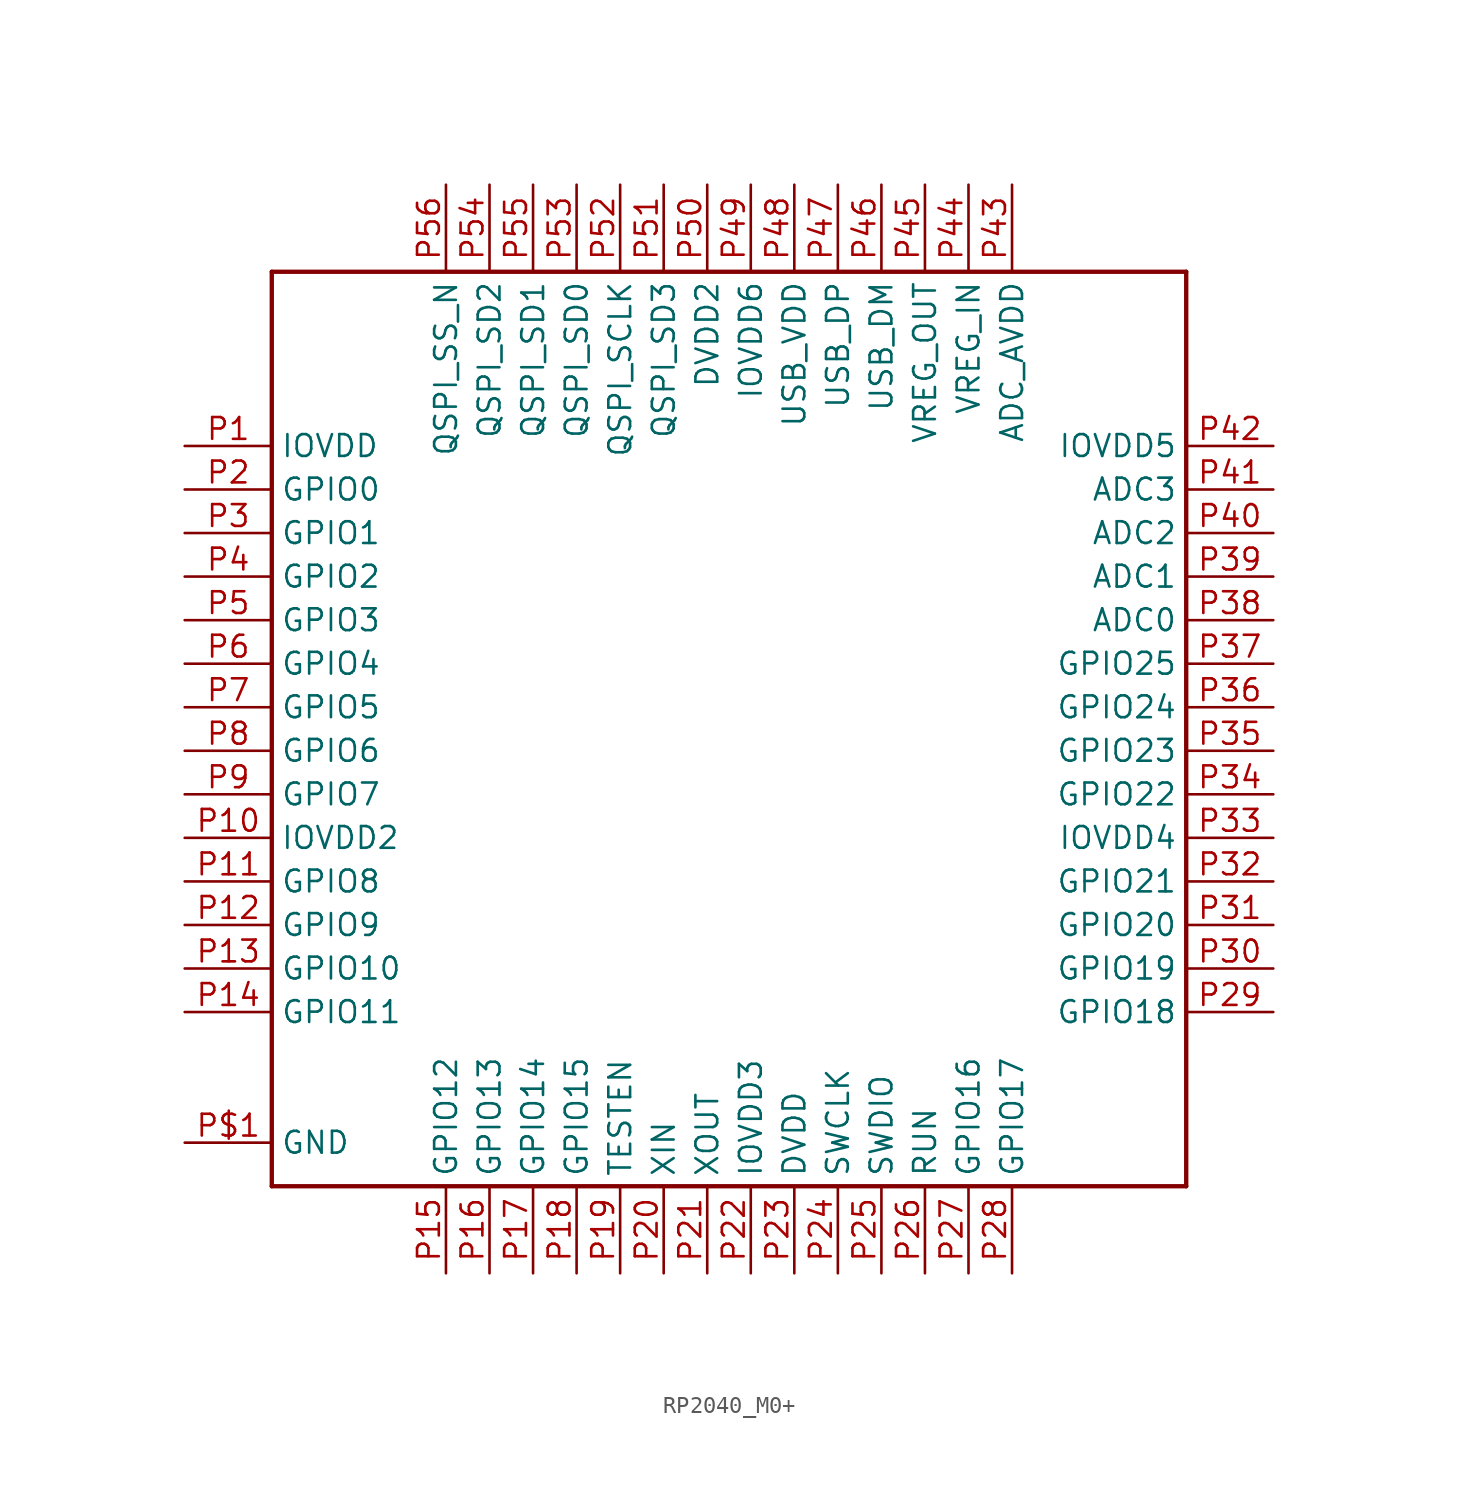
<source format=kicad_sym>
(kicad_symbol_lib
  (version 20231120)
  (generator "kicad_symbol_editor")
  (generator_version "8.0")
  (symbol "RP2040_M0+"
    (property "Reference" ""
      (at -27.94 25.654 0)
      (effects (font (size 1.778 1.511)) (justify left bottom) (hide yes)))
    (property "Value" ""
      (at -27.94 -30.48 0)
      (effects (font (size 1.778 1.511)) (justify left bottom)))
    (property "ki_locked" ""
      (at 0 0 0)
      (effects (font (size 1.27 1.27))))
    (symbol "RP2040_M0+_1_0"
      (polyline (pts (xy -27.94 -27.94) (xy -27.94 25.4)) (stroke (width 0.254) (type solid)) (fill (type none)))
      (polyline (pts (xy -27.94 25.4) (xy 25.4 25.4)) (stroke (width 0.254) (type solid)) (fill (type none)))
      (polyline (pts (xy 25.4 -27.94) (xy -27.94 -27.94)) (stroke (width 0.254) (type solid)) (fill (type none)))
      (polyline (pts (xy 25.4 25.4) (xy 25.4 -27.94)) (stroke (width 0.254) (type solid)) (fill (type none)))
      (pin bidirectional line (at -33.02 -25.4 0) (length 5.08) (name "GND" (effects (font (size 1.27 1.27)))) (number "P$1" (effects (font (size 1.27 1.27)))))
      (pin bidirectional line (at -33.02 15.24 0) (length 5.08) (name "IOVDD" (effects (font (size 1.27 1.27)))) (number "P1" (effects (font (size 1.27 1.27)))))
      (pin bidirectional line (at -33.02 -7.62 0) (length 5.08) (name "IOVDD2" (effects (font (size 1.27 1.27)))) (number "P10" (effects (font (size 1.27 1.27)))))
      (pin bidirectional line (at -33.02 -10.16 0) (length 5.08) (name "GPIO8" (effects (font (size 1.27 1.27)))) (number "P11" (effects (font (size 1.27 1.27)))))
      (pin bidirectional line (at -33.02 -12.7 0) (length 5.08) (name "GPIO9" (effects (font (size 1.27 1.27)))) (number "P12" (effects (font (size 1.27 1.27)))))
      (pin bidirectional line (at -33.02 -15.24 0) (length 5.08) (name "GPIO10" (effects (font (size 1.27 1.27)))) (number "P13" (effects (font (size 1.27 1.27)))))
      (pin bidirectional line (at -33.02 -17.78 0) (length 5.08) (name "GPIO11" (effects (font (size 1.27 1.27)))) (number "P14" (effects (font (size 1.27 1.27)))))
      (pin bidirectional line (at -17.78 -33.02 90) (length 5.08) (name "GPIO12" (effects (font (size 1.27 1.27)))) (number "P15" (effects (font (size 1.27 1.27)))))
      (pin bidirectional line (at -15.24 -33.02 90) (length 5.08) (name "GPIO13" (effects (font (size 1.27 1.27)))) (number "P16" (effects (font (size 1.27 1.27)))))
      (pin bidirectional line (at -12.7 -33.02 90) (length 5.08) (name "GPIO14" (effects (font (size 1.27 1.27)))) (number "P17" (effects (font (size 1.27 1.27)))))
      (pin bidirectional line (at -10.16 -33.02 90) (length 5.08) (name "GPIO15" (effects (font (size 1.27 1.27)))) (number "P18" (effects (font (size 1.27 1.27)))))
      (pin bidirectional line (at -7.62 -33.02 90) (length 5.08) (name "TESTEN" (effects (font (size 1.27 1.27)))) (number "P19" (effects (font (size 1.27 1.27)))))
      (pin bidirectional line (at -33.02 12.7 0) (length 5.08) (name "GPIO0" (effects (font (size 1.27 1.27)))) (number "P2" (effects (font (size 1.27 1.27)))))
      (pin bidirectional line (at -5.08 -33.02 90) (length 5.08) (name "XIN" (effects (font (size 1.27 1.27)))) (number "P20" (effects (font (size 1.27 1.27)))))
      (pin bidirectional line (at -2.54 -33.02 90) (length 5.08) (name "XOUT" (effects (font (size 1.27 1.27)))) (number "P21" (effects (font (size 1.27 1.27)))))
      (pin bidirectional line (at 0 -33.02 90) (length 5.08) (name "IOVDD3" (effects (font (size 1.27 1.27)))) (number "P22" (effects (font (size 1.27 1.27)))))
      (pin bidirectional line (at 2.54 -33.02 90) (length 5.08) (name "DVDD" (effects (font (size 1.27 1.27)))) (number "P23" (effects (font (size 1.27 1.27)))))
      (pin bidirectional line (at 5.08 -33.02 90) (length 5.08) (name "SWCLK" (effects (font (size 1.27 1.27)))) (number "P24" (effects (font (size 1.27 1.27)))))
      (pin bidirectional line (at 7.62 -33.02 90) (length 5.08) (name "SWDIO" (effects (font (size 1.27 1.27)))) (number "P25" (effects (font (size 1.27 1.27)))))
      (pin bidirectional line (at 10.16 -33.02 90) (length 5.08) (name "RUN" (effects (font (size 1.27 1.27)))) (number "P26" (effects (font (size 1.27 1.27)))))
      (pin bidirectional line (at 12.7 -33.02 90) (length 5.08) (name "GPIO16" (effects (font (size 1.27 1.27)))) (number "P27" (effects (font (size 1.27 1.27)))))
      (pin bidirectional line (at 15.24 -33.02 90) (length 5.08) (name "GPIO17" (effects (font (size 1.27 1.27)))) (number "P28" (effects (font (size 1.27 1.27)))))
      (pin bidirectional line (at 30.48 -17.78 180) (length 5.08) (name "GPIO18" (effects (font (size 1.27 1.27)))) (number "P29" (effects (font (size 1.27 1.27)))))
      (pin bidirectional line (at -33.02 10.16 0) (length 5.08) (name "GPIO1" (effects (font (size 1.27 1.27)))) (number "P3" (effects (font (size 1.27 1.27)))))
      (pin bidirectional line (at 30.48 -15.24 180) (length 5.08) (name "GPIO19" (effects (font (size 1.27 1.27)))) (number "P30" (effects (font (size 1.27 1.27)))))
      (pin bidirectional line (at 30.48 -12.7 180) (length 5.08) (name "GPIO20" (effects (font (size 1.27 1.27)))) (number "P31" (effects (font (size 1.27 1.27)))))
      (pin bidirectional line (at 30.48 -10.16 180) (length 5.08) (name "GPIO21" (effects (font (size 1.27 1.27)))) (number "P32" (effects (font (size 1.27 1.27)))))
      (pin bidirectional line (at 30.48 -7.62 180) (length 5.08) (name "IOVDD4" (effects (font (size 1.27 1.27)))) (number "P33" (effects (font (size 1.27 1.27)))))
      (pin bidirectional line (at 30.48 -5.08 180) (length 5.08) (name "GPIO22" (effects (font (size 1.27 1.27)))) (number "P34" (effects (font (size 1.27 1.27)))))
      (pin bidirectional line (at 30.48 -2.54 180) (length 5.08) (name "GPIO23" (effects (font (size 1.27 1.27)))) (number "P35" (effects (font (size 1.27 1.27)))))
      (pin bidirectional line (at 30.48 0 180) (length 5.08) (name "GPIO24" (effects (font (size 1.27 1.27)))) (number "P36" (effects (font (size 1.27 1.27)))))
      (pin bidirectional line (at 30.48 2.54 180) (length 5.08) (name "GPIO25" (effects (font (size 1.27 1.27)))) (number "P37" (effects (font (size 1.27 1.27)))))
      (pin bidirectional line (at 30.48 5.08 180) (length 5.08) (name "ADC0" (effects (font (size 1.27 1.27)))) (number "P38" (effects (font (size 1.27 1.27)))))
      (pin bidirectional line (at 30.48 7.62 180) (length 5.08) (name "ADC1" (effects (font (size 1.27 1.27)))) (number "P39" (effects (font (size 1.27 1.27)))))
      (pin bidirectional line (at -33.02 7.62 0) (length 5.08) (name "GPIO2" (effects (font (size 1.27 1.27)))) (number "P4" (effects (font (size 1.27 1.27)))))
      (pin bidirectional line (at 30.48 10.16 180) (length 5.08) (name "ADC2" (effects (font (size 1.27 1.27)))) (number "P40" (effects (font (size 1.27 1.27)))))
      (pin bidirectional line (at 30.48 12.7 180) (length 5.08) (name "ADC3" (effects (font (size 1.27 1.27)))) (number "P41" (effects (font (size 1.27 1.27)))))
      (pin bidirectional line (at 30.48 15.24 180) (length 5.08) (name "IOVDD5" (effects (font (size 1.27 1.27)))) (number "P42" (effects (font (size 1.27 1.27)))))
      (pin bidirectional line (at 15.24 30.48 270) (length 5.08) (name "ADC_AVDD" (effects (font (size 1.27 1.27)))) (number "P43" (effects (font (size 1.27 1.27)))))
      (pin bidirectional line (at 12.7 30.48 270) (length 5.08) (name "VREG_IN" (effects (font (size 1.27 1.27)))) (number "P44" (effects (font (size 1.27 1.27)))))
      (pin bidirectional line (at 10.16 30.48 270) (length 5.08) (name "VREG_OUT" (effects (font (size 1.27 1.27)))) (number "P45" (effects (font (size 1.27 1.27)))))
      (pin bidirectional line (at 7.62 30.48 270) (length 5.08) (name "USB_DM" (effects (font (size 1.27 1.27)))) (number "P46" (effects (font (size 1.27 1.27)))))
      (pin bidirectional line (at 5.08 30.48 270) (length 5.08) (name "USB_DP" (effects (font (size 1.27 1.27)))) (number "P47" (effects (font (size 1.27 1.27)))))
      (pin bidirectional line (at 2.54 30.48 270) (length 5.08) (name "USB_VDD" (effects (font (size 1.27 1.27)))) (number "P48" (effects (font (size 1.27 1.27)))))
      (pin bidirectional line (at 0 30.48 270) (length 5.08) (name "IOVDD6" (effects (font (size 1.27 1.27)))) (number "P49" (effects (font (size 1.27 1.27)))))
      (pin bidirectional line (at -33.02 5.08 0) (length 5.08) (name "GPIO3" (effects (font (size 1.27 1.27)))) (number "P5" (effects (font (size 1.27 1.27)))))
      (pin bidirectional line (at -2.54 30.48 270) (length 5.08) (name "DVDD2" (effects (font (size 1.27 1.27)))) (number "P50" (effects (font (size 1.27 1.27)))))
      (pin bidirectional line (at -5.08 30.48 270) (length 5.08) (name "QSPI_SD3" (effects (font (size 1.27 1.27)))) (number "P51" (effects (font (size 1.27 1.27)))))
      (pin bidirectional line (at -7.62 30.48 270) (length 5.08) (name "QSPI_SCLK" (effects (font (size 1.27 1.27)))) (number "P52" (effects (font (size 1.27 1.27)))))
      (pin bidirectional line (at -10.16 30.48 270) (length 5.08) (name "QSPI_SD0" (effects (font (size 1.27 1.27)))) (number "P53" (effects (font (size 1.27 1.27)))))
      (pin bidirectional line (at -15.24 30.48 270) (length 5.08) (name "QSPI_SD2" (effects (font (size 1.27 1.27)))) (number "P54" (effects (font (size 1.27 1.27)))))
      (pin bidirectional line (at -12.7 30.48 270) (length 5.08) (name "QSPI_SD1" (effects (font (size 1.27 1.27)))) (number "P55" (effects (font (size 1.27 1.27)))))
      (pin bidirectional line (at -17.78 30.48 270) (length 5.08) (name "QSPI_SS_N" (effects (font (size 1.27 1.27)))) (number "P56" (effects (font (size 1.27 1.27)))))
      (pin bidirectional line (at -33.02 2.54 0) (length 5.08) (name "GPIO4" (effects (font (size 1.27 1.27)))) (number "P6" (effects (font (size 1.27 1.27)))))
      (pin bidirectional line (at -33.02 0 0) (length 5.08) (name "GPIO5" (effects (font (size 1.27 1.27)))) (number "P7" (effects (font (size 1.27 1.27)))))
      (pin bidirectional line (at -33.02 -2.54 0) (length 5.08) (name "GPIO6" (effects (font (size 1.27 1.27)))) (number "P8" (effects (font (size 1.27 1.27)))))
      (pin bidirectional line (at -33.02 -5.08 0) (length 5.08) (name "GPIO7" (effects (font (size 1.27 1.27)))) (number "P9" (effects (font (size 1.27 1.27))))))))
</source>
